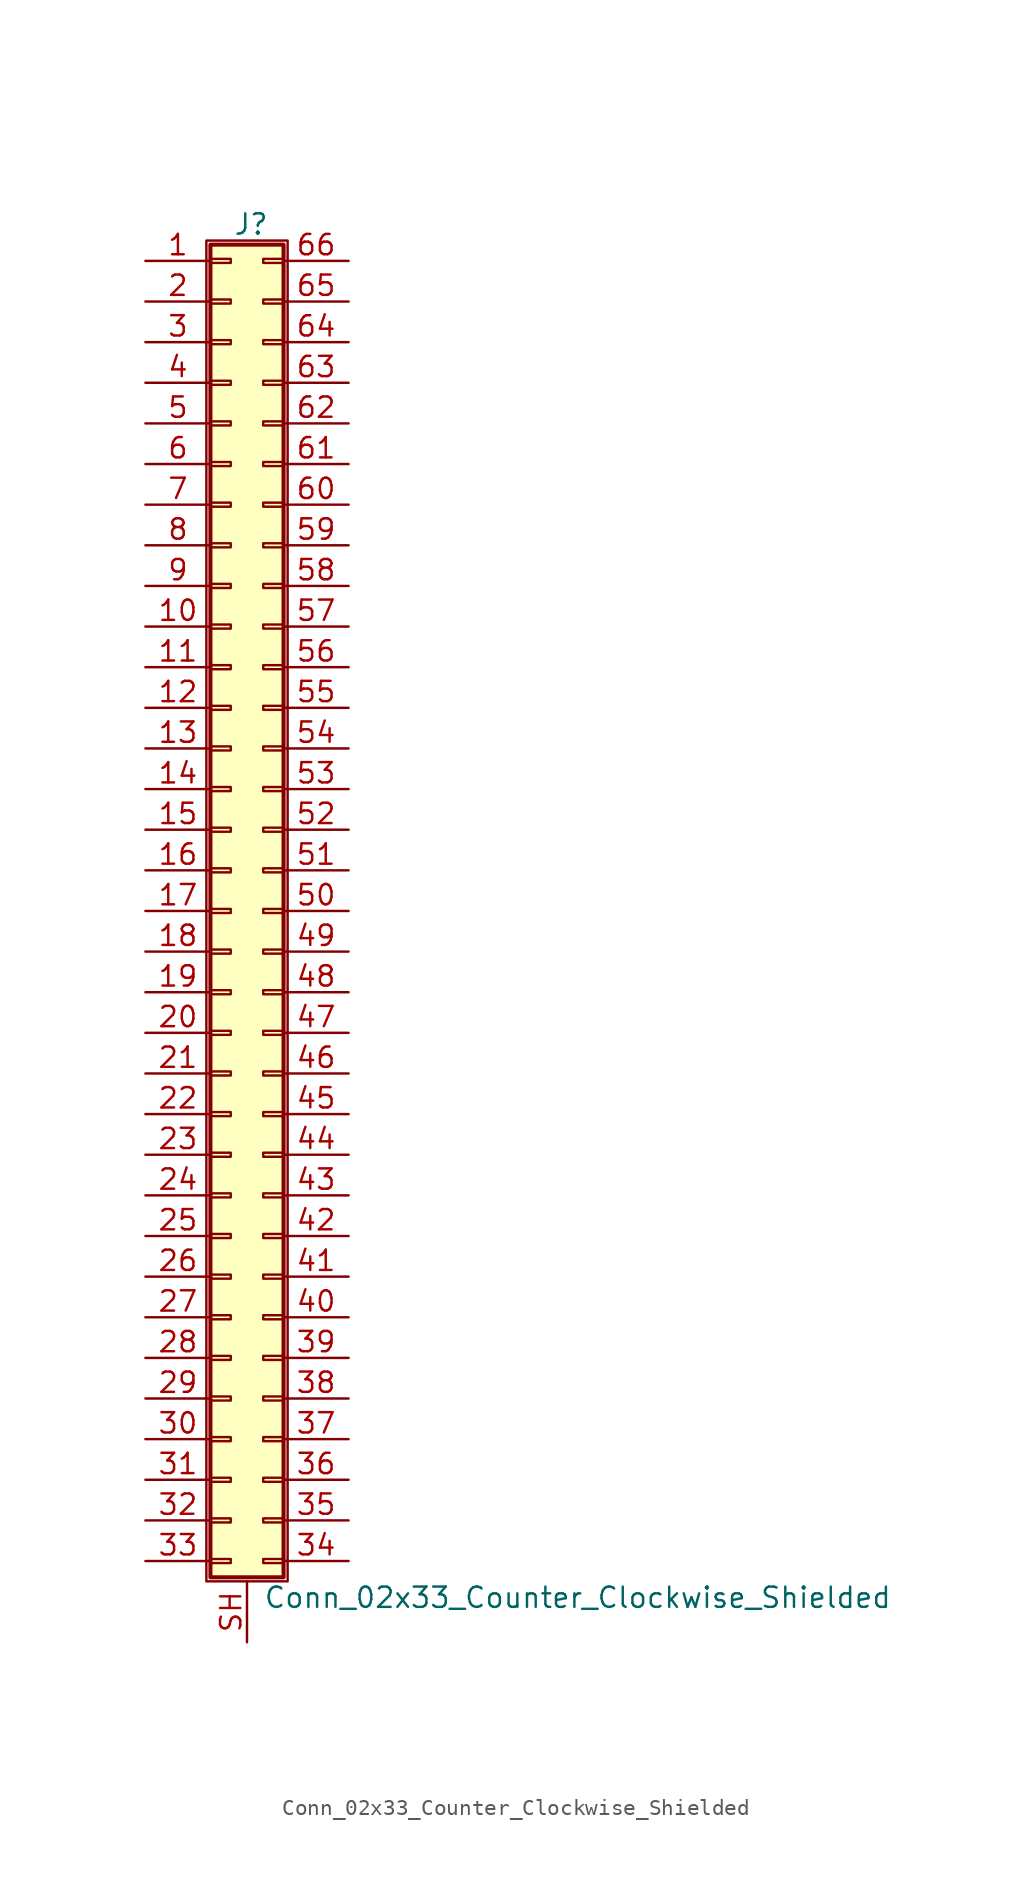
<source format=kicad_sym>
(kicad_symbol_lib
  (version 20201005)
  (generator kicad_symbol_editor)
  (symbol "Conn_02x33_Counter_Clockwise_Shielded"
    (pin_names
      (offset 1.016) hide)
    (property "Reference" "J"
      (at 1.524 42.926 0)
      (effects (font (size 1.27 1.27))))
    (property "Value" "Conn_02x33_Counter_Clockwise_Shielded"
      (at 2.286 -42.926 0)
      (effects (font (size 1.27 1.27)) (justify left)))
    (symbol "Conn_02x33_Counter_Clockwise_Shielded_1_1"
      (rectangle (start -1.27 41.91) (end 3.81 -41.91) (stroke (width 0.152)) (fill (type none)))
      (rectangle (start -1.016 -40.513) (end 0.254 -40.767) (stroke (width 0.152)) (fill (type none)))
      (rectangle (start -1.016 -37.973) (end 0.254 -38.227) (stroke (width 0.152)) (fill (type none)))
      (rectangle (start -1.016 -35.433) (end 0.254 -35.687) (stroke (width 0.152)) (fill (type none)))
      (rectangle (start -1.016 -32.893) (end 0.254 -33.147) (stroke (width 0.152)) (fill (type none)))
      (rectangle (start -1.016 -30.353) (end 0.254 -30.607) (stroke (width 0.152)) (fill (type none)))
      (rectangle (start -1.016 -27.813) (end 0.254 -28.067) (stroke (width 0.152)) (fill (type none)))
      (rectangle (start -1.016 -25.273) (end 0.254 -25.527) (stroke (width 0.152)) (fill (type none)))
      (rectangle (start -1.016 -22.733) (end 0.254 -22.987) (stroke (width 0.152)) (fill (type none)))
      (rectangle (start -1.016 -20.193) (end 0.254 -20.447) (stroke (width 0.152)) (fill (type none)))
      (rectangle (start -1.016 -17.653) (end 0.254 -17.907) (stroke (width 0.152)) (fill (type none)))
      (rectangle (start -1.016 -15.113) (end 0.254 -15.367) (stroke (width 0.152)) (fill (type none)))
      (rectangle (start -1.016 -12.573) (end 0.254 -12.827) (stroke (width 0.152)) (fill (type none)))
      (rectangle (start -1.016 -10.033) (end 0.254 -10.287) (stroke (width 0.152)) (fill (type none)))
      (rectangle (start -1.016 -7.493) (end 0.254 -7.747) (stroke (width 0.152)) (fill (type none)))
      (rectangle (start -1.016 -4.953) (end 0.254 -5.207) (stroke (width 0.152)) (fill (type none)))
      (rectangle (start -1.016 -2.413) (end 0.254 -2.667) (stroke (width 0.152)) (fill (type none)))
      (rectangle (start -1.016 0.127) (end 0.254 -0.127) (stroke (width 0.152)) (fill (type none)))
      (rectangle (start -1.016 2.667) (end 0.254 2.413) (stroke (width 0.152)) (fill (type none)))
      (rectangle (start -1.016 5.207) (end 0.254 4.953) (stroke (width 0.152)) (fill (type none)))
      (rectangle (start -1.016 7.747) (end 0.254 7.493) (stroke (width 0.152)) (fill (type none)))
      (rectangle (start -1.016 10.287) (end 0.254 10.033) (stroke (width 0.152)) (fill (type none)))
      (rectangle (start -1.016 12.827) (end 0.254 12.573) (stroke (width 0.152)) (fill (type none)))
      (rectangle (start -1.016 15.367) (end 0.254 15.113) (stroke (width 0.152)) (fill (type none)))
      (rectangle (start -1.016 17.907) (end 0.254 17.653) (stroke (width 0.152)) (fill (type none)))
      (rectangle (start -1.016 20.447) (end 0.254 20.193) (stroke (width 0.152)) (fill (type none)))
      (rectangle (start -1.016 22.987) (end 0.254 22.733) (stroke (width 0.152)) (fill (type none)))
      (rectangle (start -1.016 25.527) (end 0.254 25.273) (stroke (width 0.152)) (fill (type none)))
      (rectangle (start -1.016 28.067) (end 0.254 27.813) (stroke (width 0.152)) (fill (type none)))
      (rectangle (start -1.016 30.607) (end 0.254 30.353) (stroke (width 0.152)) (fill (type none)))
      (rectangle (start -1.016 33.147) (end 0.254 32.893) (stroke (width 0.152)) (fill (type none)))
      (rectangle (start -1.016 35.687) (end 0.254 35.433) (stroke (width 0.152)) (fill (type none)))
      (rectangle (start -1.016 38.227) (end 0.254 37.973) (stroke (width 0.152)) (fill (type none)))
      (rectangle (start -1.016 40.767) (end 0.254 40.513) (stroke (width 0.152)) (fill (type none)))
      (rectangle (start 3.556 -40.513) (end 2.286 -40.767) (stroke (width 0.152)) (fill (type none)))
      (rectangle (start 3.556 -37.973) (end 2.286 -38.227) (stroke (width 0.152)) (fill (type none)))
      (rectangle (start 3.556 -35.433) (end 2.286 -35.687) (stroke (width 0.152)) (fill (type none)))
      (rectangle (start 3.556 -32.893) (end 2.286 -33.147) (stroke (width 0.152)) (fill (type none)))
      (rectangle (start 3.556 -30.353) (end 2.286 -30.607) (stroke (width 0.152)) (fill (type none)))
      (rectangle (start 3.556 -27.813) (end 2.286 -28.067) (stroke (width 0.152)) (fill (type none)))
      (rectangle (start 3.556 -25.273) (end 2.286 -25.527) (stroke (width 0.152)) (fill (type none)))
      (rectangle (start 3.556 -22.733) (end 2.286 -22.987) (stroke (width 0.152)) (fill (type none)))
      (rectangle (start 3.556 -20.193) (end 2.286 -20.447) (stroke (width 0.152)) (fill (type none)))
      (rectangle (start 3.556 -17.653) (end 2.286 -17.907) (stroke (width 0.152)) (fill (type none)))
      (rectangle (start 3.556 -15.113) (end 2.286 -15.367) (stroke (width 0.152)) (fill (type none)))
      (rectangle (start 3.556 -12.573) (end 2.286 -12.827) (stroke (width 0.152)) (fill (type none)))
      (rectangle (start 3.556 -10.033) (end 2.286 -10.287) (stroke (width 0.152)) (fill (type none)))
      (rectangle (start 3.556 -7.493) (end 2.286 -7.747) (stroke (width 0.152)) (fill (type none)))
      (rectangle (start 3.556 -4.953) (end 2.286 -5.207) (stroke (width 0.152)) (fill (type none)))
      (rectangle (start 3.556 -2.413) (end 2.286 -2.667) (stroke (width 0.152)) (fill (type none)))
      (rectangle (start 3.556 0.127) (end 2.286 -0.127) (stroke (width 0.152)) (fill (type none)))
      (rectangle (start 3.556 2.667) (end 2.286 2.413) (stroke (width 0.152)) (fill (type none)))
      (rectangle (start 3.556 5.207) (end 2.286 4.953) (stroke (width 0.152)) (fill (type none)))
      (rectangle (start 3.556 7.747) (end 2.286 7.493) (stroke (width 0.152)) (fill (type none)))
      (rectangle (start 3.556 10.287) (end 2.286 10.033) (stroke (width 0.152)) (fill (type none)))
      (rectangle (start 3.556 12.827) (end 2.286 12.573) (stroke (width 0.152)) (fill (type none)))
      (rectangle (start 3.556 15.367) (end 2.286 15.113) (stroke (width 0.152)) (fill (type none)))
      (rectangle (start 3.556 17.907) (end 2.286 17.653) (stroke (width 0.152)) (fill (type none)))
      (rectangle (start 3.556 20.447) (end 2.286 20.193) (stroke (width 0.152)) (fill (type none)))
      (rectangle (start 3.556 22.987) (end 2.286 22.733) (stroke (width 0.152)) (fill (type none)))
      (rectangle (start 3.556 25.527) (end 2.286 25.273) (stroke (width 0.152)) (fill (type none)))
      (rectangle (start 3.556 28.067) (end 2.286 27.813) (stroke (width 0.152)) (fill (type none)))
      (rectangle (start 3.556 30.607) (end 2.286 30.353) (stroke (width 0.152)) (fill (type none)))
      (rectangle (start 3.556 33.147) (end 2.286 32.893) (stroke (width 0.152)) (fill (type none)))
      (rectangle (start 3.556 35.687) (end 2.286 35.433) (stroke (width 0.152)) (fill (type none)))
      (rectangle (start 3.556 38.227) (end 2.286 37.973) (stroke (width 0.152)) (fill (type none)))
      (rectangle (start 3.556 40.767) (end 2.286 40.513) (stroke (width 0.152)) (fill (type none)))
      (rectangle (start -1.016 41.656) (end 3.556 -41.656) (stroke (width 0.254)) (fill (type background)))
      (pin passive line (at -5.08 40.64 0) (length 4.064) (name "Pin_1" (effects (font (size 1.27 1.27)))) (number "1" (effects (font (size 1.27 1.27)))))
      (pin passive line (at -5.08 17.78 0) (length 4.064) (name "Pin_10" (effects (font (size 1.27 1.27)))) (number "10" (effects (font (size 1.27 1.27)))))
      (pin passive line (at -5.08 15.24 0) (length 4.064) (name "Pin_11" (effects (font (size 1.27 1.27)))) (number "11" (effects (font (size 1.27 1.27)))))
      (pin passive line (at -5.08 12.7 0) (length 4.064) (name "Pin_12" (effects (font (size 1.27 1.27)))) (number "12" (effects (font (size 1.27 1.27)))))
      (pin passive line (at -5.08 10.16 0) (length 4.064) (name "Pin_13" (effects (font (size 1.27 1.27)))) (number "13" (effects (font (size 1.27 1.27)))))
      (pin passive line (at -5.08 7.62 0) (length 4.064) (name "Pin_14" (effects (font (size 1.27 1.27)))) (number "14" (effects (font (size 1.27 1.27)))))
      (pin passive line (at -5.08 5.08 0) (length 4.064) (name "Pin_15" (effects (font (size 1.27 1.27)))) (number "15" (effects (font (size 1.27 1.27)))))
      (pin passive line (at -5.08 2.54 0) (length 4.064) (name "Pin_16" (effects (font (size 1.27 1.27)))) (number "16" (effects (font (size 1.27 1.27)))))
      (pin passive line (at -5.08 0 0) (length 4.064) (name "Pin_17" (effects (font (size 1.27 1.27)))) (number "17" (effects (font (size 1.27 1.27)))))
      (pin passive line (at -5.08 -2.54 0) (length 4.064) (name "Pin_18" (effects (font (size 1.27 1.27)))) (number "18" (effects (font (size 1.27 1.27)))))
      (pin passive line (at -5.08 -5.08 0) (length 4.064) (name "Pin_19" (effects (font (size 1.27 1.27)))) (number "19" (effects (font (size 1.27 1.27)))))
      (pin passive line (at -5.08 38.1 0) (length 4.064) (name "Pin_2" (effects (font (size 1.27 1.27)))) (number "2" (effects (font (size 1.27 1.27)))))
      (pin passive line (at -5.08 -7.62 0) (length 4.064) (name "Pin_20" (effects (font (size 1.27 1.27)))) (number "20" (effects (font (size 1.27 1.27)))))
      (pin passive line (at -5.08 -10.16 0) (length 4.064) (name "Pin_21" (effects (font (size 1.27 1.27)))) (number "21" (effects (font (size 1.27 1.27)))))
      (pin passive line (at -5.08 -12.7 0) (length 4.064) (name "Pin_22" (effects (font (size 1.27 1.27)))) (number "22" (effects (font (size 1.27 1.27)))))
      (pin passive line (at -5.08 -15.24 0) (length 4.064) (name "Pin_23" (effects (font (size 1.27 1.27)))) (number "23" (effects (font (size 1.27 1.27)))))
      (pin passive line (at -5.08 -17.78 0) (length 4.064) (name "Pin_24" (effects (font (size 1.27 1.27)))) (number "24" (effects (font (size 1.27 1.27)))))
      (pin passive line (at -5.08 -20.32 0) (length 4.064) (name "Pin_25" (effects (font (size 1.27 1.27)))) (number "25" (effects (font (size 1.27 1.27)))))
      (pin passive line (at -5.08 -22.86 0) (length 4.064) (name "Pin_26" (effects (font (size 1.27 1.27)))) (number "26" (effects (font (size 1.27 1.27)))))
      (pin passive line (at -5.08 -25.4 0) (length 4.064) (name "Pin_27" (effects (font (size 1.27 1.27)))) (number "27" (effects (font (size 1.27 1.27)))))
      (pin passive line (at -5.08 -27.94 0) (length 4.064) (name "Pin_28" (effects (font (size 1.27 1.27)))) (number "28" (effects (font (size 1.27 1.27)))))
      (pin passive line (at -5.08 -30.48 0) (length 4.064) (name "Pin_29" (effects (font (size 1.27 1.27)))) (number "29" (effects (font (size 1.27 1.27)))))
      (pin passive line (at -5.08 35.56 0) (length 4.064) (name "Pin_3" (effects (font (size 1.27 1.27)))) (number "3" (effects (font (size 1.27 1.27)))))
      (pin passive line (at -5.08 -33.02 0) (length 4.064) (name "Pin_30" (effects (font (size 1.27 1.27)))) (number "30" (effects (font (size 1.27 1.27)))))
      (pin passive line (at -5.08 -35.56 0) (length 4.064) (name "Pin_31" (effects (font (size 1.27 1.27)))) (number "31" (effects (font (size 1.27 1.27)))))
      (pin passive line (at -5.08 -38.1 0) (length 4.064) (name "Pin_32" (effects (font (size 1.27 1.27)))) (number "32" (effects (font (size 1.27 1.27)))))
      (pin passive line (at -5.08 -40.64 0) (length 4.064) (name "Pin_33" (effects (font (size 1.27 1.27)))) (number "33" (effects (font (size 1.27 1.27)))))
      (pin passive line (at 7.62 -40.64 180) (length 4.064) (name "Pin_34" (effects (font (size 1.27 1.27)))) (number "34" (effects (font (size 1.27 1.27)))))
      (pin passive line (at 7.62 -38.1 180) (length 4.064) (name "Pin_35" (effects (font (size 1.27 1.27)))) (number "35" (effects (font (size 1.27 1.27)))))
      (pin passive line (at 7.62 -35.56 180) (length 4.064) (name "Pin_36" (effects (font (size 1.27 1.27)))) (number "36" (effects (font (size 1.27 1.27)))))
      (pin passive line (at 7.62 -33.02 180) (length 4.064) (name "Pin_37" (effects (font (size 1.27 1.27)))) (number "37" (effects (font (size 1.27 1.27)))))
      (pin passive line (at 7.62 -30.48 180) (length 4.064) (name "Pin_38" (effects (font (size 1.27 1.27)))) (number "38" (effects (font (size 1.27 1.27)))))
      (pin passive line (at 7.62 -27.94 180) (length 4.064) (name "Pin_39" (effects (font (size 1.27 1.27)))) (number "39" (effects (font (size 1.27 1.27)))))
      (pin passive line (at -5.08 33.02 0) (length 4.064) (name "Pin_4" (effects (font (size 1.27 1.27)))) (number "4" (effects (font (size 1.27 1.27)))))
      (pin passive line (at 7.62 -25.4 180) (length 4.064) (name "Pin_40" (effects (font (size 1.27 1.27)))) (number "40" (effects (font (size 1.27 1.27)))))
      (pin passive line (at 7.62 -22.86 180) (length 4.064) (name "Pin_41" (effects (font (size 1.27 1.27)))) (number "41" (effects (font (size 1.27 1.27)))))
      (pin passive line (at 7.62 -20.32 180) (length 4.064) (name "Pin_42" (effects (font (size 1.27 1.27)))) (number "42" (effects (font (size 1.27 1.27)))))
      (pin passive line (at 7.62 -17.78 180) (length 4.064) (name "Pin_43" (effects (font (size 1.27 1.27)))) (number "43" (effects (font (size 1.27 1.27)))))
      (pin passive line (at 7.62 -15.24 180) (length 4.064) (name "Pin_44" (effects (font (size 1.27 1.27)))) (number "44" (effects (font (size 1.27 1.27)))))
      (pin passive line (at 7.62 -12.7 180) (length 4.064) (name "Pin_45" (effects (font (size 1.27 1.27)))) (number "45" (effects (font (size 1.27 1.27)))))
      (pin passive line (at 7.62 -10.16 180) (length 4.064) (name "Pin_46" (effects (font (size 1.27 1.27)))) (number "46" (effects (font (size 1.27 1.27)))))
      (pin passive line (at 7.62 -7.62 180) (length 4.064) (name "Pin_47" (effects (font (size 1.27 1.27)))) (number "47" (effects (font (size 1.27 1.27)))))
      (pin passive line (at 7.62 -5.08 180) (length 4.064) (name "Pin_48" (effects (font (size 1.27 1.27)))) (number "48" (effects (font (size 1.27 1.27)))))
      (pin passive line (at 7.62 -2.54 180) (length 4.064) (name "Pin_49" (effects (font (size 1.27 1.27)))) (number "49" (effects (font (size 1.27 1.27)))))
      (pin passive line (at -5.08 30.48 0) (length 4.064) (name "Pin_5" (effects (font (size 1.27 1.27)))) (number "5" (effects (font (size 1.27 1.27)))))
      (pin passive line (at 7.62 0 180) (length 4.064) (name "Pin_50" (effects (font (size 1.27 1.27)))) (number "50" (effects (font (size 1.27 1.27)))))
      (pin passive line (at 7.62 2.54 180) (length 4.064) (name "Pin_51" (effects (font (size 1.27 1.27)))) (number "51" (effects (font (size 1.27 1.27)))))
      (pin passive line (at 7.62 5.08 180) (length 4.064) (name "Pin_52" (effects (font (size 1.27 1.27)))) (number "52" (effects (font (size 1.27 1.27)))))
      (pin passive line (at 7.62 7.62 180) (length 4.064) (name "Pin_53" (effects (font (size 1.27 1.27)))) (number "53" (effects (font (size 1.27 1.27)))))
      (pin passive line (at 7.62 10.16 180) (length 4.064) (name "Pin_54" (effects (font (size 1.27 1.27)))) (number "54" (effects (font (size 1.27 1.27)))))
      (pin passive line (at 7.62 12.7 180) (length 4.064) (name "Pin_55" (effects (font (size 1.27 1.27)))) (number "55" (effects (font (size 1.27 1.27)))))
      (pin passive line (at 7.62 15.24 180) (length 4.064) (name "Pin_56" (effects (font (size 1.27 1.27)))) (number "56" (effects (font (size 1.27 1.27)))))
      (pin passive line (at 7.62 17.78 180) (length 4.064) (name "Pin_57" (effects (font (size 1.27 1.27)))) (number "57" (effects (font (size 1.27 1.27)))))
      (pin passive line (at 7.62 20.32 180) (length 4.064) (name "Pin_58" (effects (font (size 1.27 1.27)))) (number "58" (effects (font (size 1.27 1.27)))))
      (pin passive line (at 7.62 22.86 180) (length 4.064) (name "Pin_59" (effects (font (size 1.27 1.27)))) (number "59" (effects (font (size 1.27 1.27)))))
      (pin passive line (at -5.08 27.94 0) (length 4.064) (name "Pin_6" (effects (font (size 1.27 1.27)))) (number "6" (effects (font (size 1.27 1.27)))))
      (pin passive line (at 7.62 25.4 180) (length 4.064) (name "Pin_60" (effects (font (size 1.27 1.27)))) (number "60" (effects (font (size 1.27 1.27)))))
      (pin passive line (at 7.62 27.94 180) (length 4.064) (name "Pin_61" (effects (font (size 1.27 1.27)))) (number "61" (effects (font (size 1.27 1.27)))))
      (pin passive line (at 7.62 30.48 180) (length 4.064) (name "Pin_62" (effects (font (size 1.27 1.27)))) (number "62" (effects (font (size 1.27 1.27)))))
      (pin passive line (at 7.62 33.02 180) (length 4.064) (name "Pin_63" (effects (font (size 1.27 1.27)))) (number "63" (effects (font (size 1.27 1.27)))))
      (pin passive line (at 7.62 35.56 180) (length 4.064) (name "Pin_64" (effects (font (size 1.27 1.27)))) (number "64" (effects (font (size 1.27 1.27)))))
      (pin passive line (at 7.62 38.1 180) (length 4.064) (name "Pin_65" (effects (font (size 1.27 1.27)))) (number "65" (effects (font (size 1.27 1.27)))))
      (pin passive line (at 7.62 40.64 180) (length 4.064) (name "Pin_66" (effects (font (size 1.27 1.27)))) (number "66" (effects (font (size 1.27 1.27)))))
      (pin passive line (at -5.08 25.4 0) (length 4.064) (name "Pin_7" (effects (font (size 1.27 1.27)))) (number "7" (effects (font (size 1.27 1.27)))))
      (pin passive line (at -5.08 22.86 0) (length 4.064) (name "Pin_8" (effects (font (size 1.27 1.27)))) (number "8" (effects (font (size 1.27 1.27)))))
      (pin passive line (at -5.08 20.32 0) (length 4.064) (name "Pin_9" (effects (font (size 1.27 1.27)))) (number "9" (effects (font (size 1.27 1.27)))))
      (pin passive line (at 1.27 -45.72 90) (length 3.81) (name "Shield" (effects (font (size 1.27 1.27)))) (number "SH" (effects (font (size 1.27 1.27))))))))
</source>
